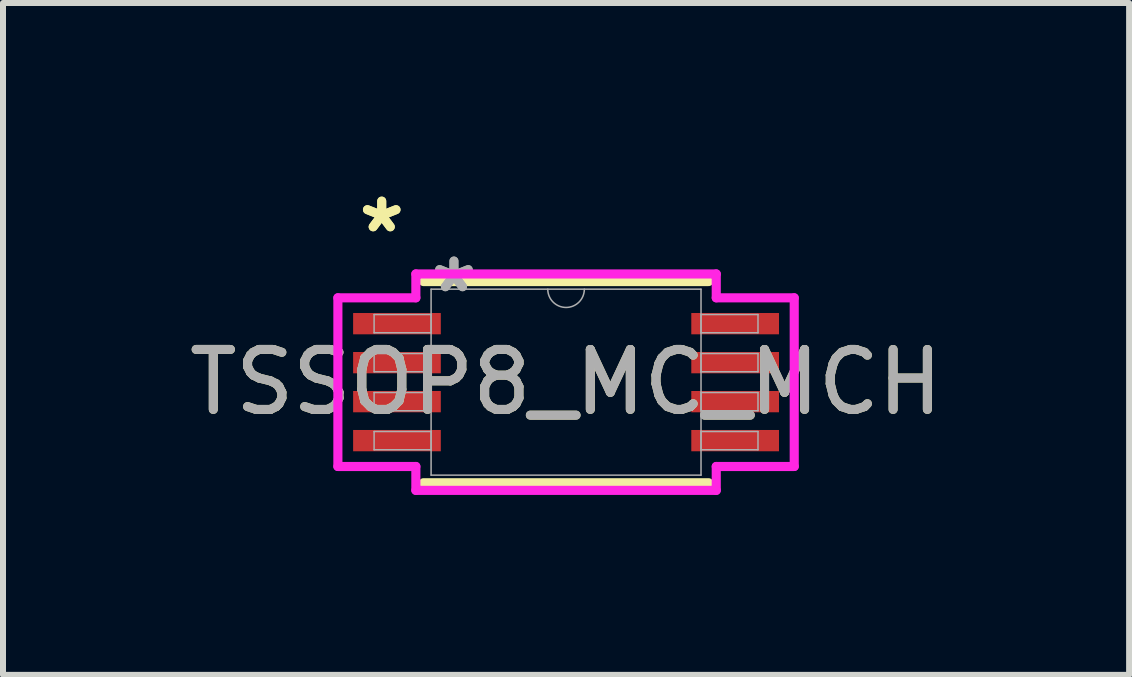
<source format=kicad_pcb>
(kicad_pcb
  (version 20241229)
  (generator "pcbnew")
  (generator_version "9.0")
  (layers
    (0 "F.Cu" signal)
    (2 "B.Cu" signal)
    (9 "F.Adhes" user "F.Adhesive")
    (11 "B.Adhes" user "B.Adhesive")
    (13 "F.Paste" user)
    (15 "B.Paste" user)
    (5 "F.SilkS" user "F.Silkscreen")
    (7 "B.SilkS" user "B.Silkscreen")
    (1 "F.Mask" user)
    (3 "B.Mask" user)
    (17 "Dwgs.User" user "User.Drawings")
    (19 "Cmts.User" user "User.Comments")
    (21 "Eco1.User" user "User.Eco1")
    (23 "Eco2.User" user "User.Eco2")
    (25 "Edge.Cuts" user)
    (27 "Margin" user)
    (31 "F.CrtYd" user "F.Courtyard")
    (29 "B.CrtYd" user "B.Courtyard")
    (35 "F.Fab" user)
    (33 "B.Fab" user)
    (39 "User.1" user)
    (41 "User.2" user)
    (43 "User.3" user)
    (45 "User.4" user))
  (footprint "TSSOP8_MC_MCH"
    (layer "F.Cu")
    (at 6.387 3.321)
    (property "Reference" "TSSOP8_MC_MCH" (at 0 0 0) (unlocked yes) (layer "F.SilkS") (effects (font (size 1 1) (thickness 0.15))))
    (attr smd)
    (fp_line (start -2.377 1.677) (end 2.377 1.677) (stroke (width 0.152) (type solid)) (layer "F.SilkS"))
    (fp_line (start 2.377 -1.677) (end -2.377 -1.677) (stroke (width 0.152) (type solid)) (layer "F.SilkS"))
    (fp_line (start -3.804 -1.406) (end -2.504 -1.406) (stroke (width 0.152) (type solid)) (layer "F.CrtYd"))
    (fp_line (start -3.804 1.406) (end -3.804 -1.406) (stroke (width 0.152) (type solid)) (layer "F.CrtYd"))
    (fp_line (start -3.804 1.406) (end -2.504 1.406) (stroke (width 0.152) (type solid)) (layer "F.CrtYd"))
    (fp_line (start -2.504 -1.804) (end 2.504 -1.804) (stroke (width 0.152) (type solid)) (layer "F.CrtYd"))
    (fp_line (start -2.504 -1.406) (end -2.504 -1.804) (stroke (width 0.152) (type solid)) (layer "F.CrtYd"))
    (fp_line (start -2.504 1.804) (end -2.504 1.406) (stroke (width 0.152) (type solid)) (layer "F.CrtYd"))
    (fp_line (start 2.504 -1.804) (end 2.504 -1.406) (stroke (width 0.152) (type solid)) (layer "F.CrtYd"))
    (fp_line (start 2.504 1.406) (end 2.504 1.804) (stroke (width 0.152) (type solid)) (layer "F.CrtYd"))
    (fp_line (start 2.504 1.804) (end -2.504 1.804) (stroke (width 0.152) (type solid)) (layer "F.CrtYd"))
    (fp_line (start 3.804 -1.406) (end 2.504 -1.406) (stroke (width 0.152) (type solid)) (layer "F.CrtYd"))
    (fp_line (start 3.804 -1.406) (end 3.804 1.406) (stroke (width 0.152) (type solid)) (layer "F.CrtYd"))
    (fp_line (start 3.804 1.406) (end 2.504 1.406) (stroke (width 0.152) (type solid)) (layer "F.CrtYd"))
    (fp_line (start -3.2 -1.127) (end -3.2 -0.823) (stroke (width 0.025) (type solid)) (layer "F.Fab"))
    (fp_line (start -3.2 -0.823) (end -2.25 -0.823) (stroke (width 0.025) (type solid)) (layer "F.Fab"))
    (fp_line (start -3.2 -0.477) (end -3.2 -0.173) (stroke (width 0.025) (type solid)) (layer "F.Fab"))
    (fp_line (start -3.2 -0.173) (end -2.25 -0.173) (stroke (width 0.025) (type solid)) (layer "F.Fab"))
    (fp_line (start -3.2 0.173) (end -3.2 0.477) (stroke (width 0.025) (type solid)) (layer "F.Fab"))
    (fp_line (start -3.2 0.477) (end -2.25 0.477) (stroke (width 0.025) (type solid)) (layer "F.Fab"))
    (fp_line (start -3.2 0.823) (end -3.2 1.127) (stroke (width 0.025) (type solid)) (layer "F.Fab"))
    (fp_line (start -3.2 1.127) (end -2.25 1.127) (stroke (width 0.025) (type solid)) (layer "F.Fab"))
    (fp_line (start -2.25 -1.55) (end -2.25 1.55) (stroke (width 0.025) (type solid)) (layer "F.Fab"))
    (fp_line (start -2.25 -1.127) (end -3.2 -1.127) (stroke (width 0.025) (type solid)) (layer "F.Fab"))
    (fp_line (start -2.25 -0.823) (end -2.25 -1.127) (stroke (width 0.025) (type solid)) (layer "F.Fab"))
    (fp_line (start -2.25 -0.477) (end -3.2 -0.477) (stroke (width 0.025) (type solid)) (layer "F.Fab"))
    (fp_line (start -2.25 -0.173) (end -2.25 -0.477) (stroke (width 0.025) (type solid)) (layer "F.Fab"))
    (fp_line (start -2.25 0.173) (end -3.2 0.173) (stroke (width 0.025) (type solid)) (layer "F.Fab"))
    (fp_line (start -2.25 0.477) (end -2.25 0.173) (stroke (width 0.025) (type solid)) (layer "F.Fab"))
    (fp_line (start -2.25 0.823) (end -3.2 0.823) (stroke (width 0.025) (type solid)) (layer "F.Fab"))
    (fp_line (start -2.25 1.127) (end -2.25 0.823) (stroke (width 0.025) (type solid)) (layer "F.Fab"))
    (fp_line (start -2.25 1.55) (end 2.25 1.55) (stroke (width 0.025) (type solid)) (layer "F.Fab"))
    (fp_line (start 2.25 -1.55) (end -2.25 -1.55) (stroke (width 0.025) (type solid)) (layer "F.Fab"))
    (fp_line (start 2.25 -1.127) (end 2.25 -0.823) (stroke (width 0.025) (type solid)) (layer "F.Fab"))
    (fp_line (start 2.25 -0.823) (end 3.2 -0.823) (stroke (width 0.025) (type solid)) (layer "F.Fab"))
    (fp_line (start 2.25 -0.477) (end 2.25 -0.173) (stroke (width 0.025) (type solid)) (layer "F.Fab"))
    (fp_line (start 2.25 -0.173) (end 3.2 -0.173) (stroke (width 0.025) (type solid)) (layer "F.Fab"))
    (fp_line (start 2.25 0.173) (end 2.25 0.477) (stroke (width 0.025) (type solid)) (layer "F.Fab"))
    (fp_line (start 2.25 0.477) (end 3.2 0.477) (stroke (width 0.025) (type solid)) (layer "F.Fab"))
    (fp_line (start 2.25 0.823) (end 2.25 1.127) (stroke (width 0.025) (type solid)) (layer "F.Fab"))
    (fp_line (start 2.25 1.127) (end 3.2 1.127) (stroke (width 0.025) (type solid)) (layer "F.Fab"))
    (fp_line (start 2.25 1.55) (end 2.25 -1.55) (stroke (width 0.025) (type solid)) (layer "F.Fab"))
    (fp_line (start 3.2 -1.127) (end 2.25 -1.127) (stroke (width 0.025) (type solid)) (layer "F.Fab"))
    (fp_line (start 3.2 -0.823) (end 3.2 -1.127) (stroke (width 0.025) (type solid)) (layer "F.Fab"))
    (fp_line (start 3.2 -0.477) (end 2.25 -0.477) (stroke (width 0.025) (type solid)) (layer "F.Fab"))
    (fp_line (start 3.2 -0.173) (end 3.2 -0.477) (stroke (width 0.025) (type solid)) (layer "F.Fab"))
    (fp_line (start 3.2 0.173) (end 2.25 0.173) (stroke (width 0.025) (type solid)) (layer "F.Fab"))
    (fp_line (start 3.2 0.477) (end 3.2 0.173) (stroke (width 0.025) (type solid)) (layer "F.Fab"))
    (fp_line (start 3.2 0.823) (end 2.25 0.823) (stroke (width 0.025) (type solid)) (layer "F.Fab"))
    (fp_line (start 3.2 1.127) (end 3.2 0.823) (stroke (width 0.025) (type solid)) (layer "F.Fab"))
    (fp_arc (start 0.3048 -1.549999) (mid 0 -1.245199) (end -0.3048 -1.549999) (stroke (width 0.0254) (type solid)) (layer "F.Fab"))
    (fp_text user "*" (at -3.073 -2.473 0) (unlocked yes) (layer "F.SilkS") (effects (font (size 1 1) (thickness 0.15))))
    (fp_text user "*" (at -3.073 -2.473 0) (layer "F.SilkS") (effects (font (size 1 1) (thickness 0.15))))
    (fp_text user "*" (at -1.869 -1.474 0) (unlocked yes) (layer "F.Fab") (effects (font (size 1 1) (thickness 0.15))))
    (fp_text user "${REFERENCE}" (at 0 0 0) (unlocked yes) (layer "F.Fab") (effects (font (size 1 1) (thickness 0.15))))
    (fp_text user "*" (at -1.869 -1.474 0) (layer "F.Fab") (effects (font (size 1 1) (thickness 0.15))))
    (pad "1" smd rect (at -2.819 -0.975) (size 1.462 0.355) (layers "F.Cu" "F.Mask" "F.Paste"))
    (pad "2" smd rect (at -2.819 -0.325) (size 1.462 0.355) (layers "F.Cu" "F.Mask" "F.Paste"))
    (pad "3" smd rect (at -2.819 0.325) (size 1.462 0.355) (layers "F.Cu" "F.Mask" "F.Paste"))
    (pad "4" smd rect (at -2.819 0.975) (size 1.462 0.355) (layers "F.Cu" "F.Mask" "F.Paste"))
    (pad "5" smd rect (at 2.819 0.975) (size 1.462 0.355) (layers "F.Cu" "F.Mask" "F.Paste"))
    (pad "6" smd rect (at 2.819 0.325) (size 1.462 0.355) (layers "F.Cu" "F.Mask" "F.Paste"))
    (pad "7" smd rect (at 2.819 -0.325) (size 1.462 0.355) (layers "F.Cu" "F.Mask" "F.Paste"))
    (pad "8" smd rect (at 2.819 -0.975) (size 1.462 0.355) (layers "F.Cu" "F.Mask" "F.Paste")))
  (gr_rect
    (start -3 -3)
    (end 15.774 8.201)
    (stroke (width 0.1) (type default))
    (fill no)
    (layer "Edge.Cuts")))
</source>
